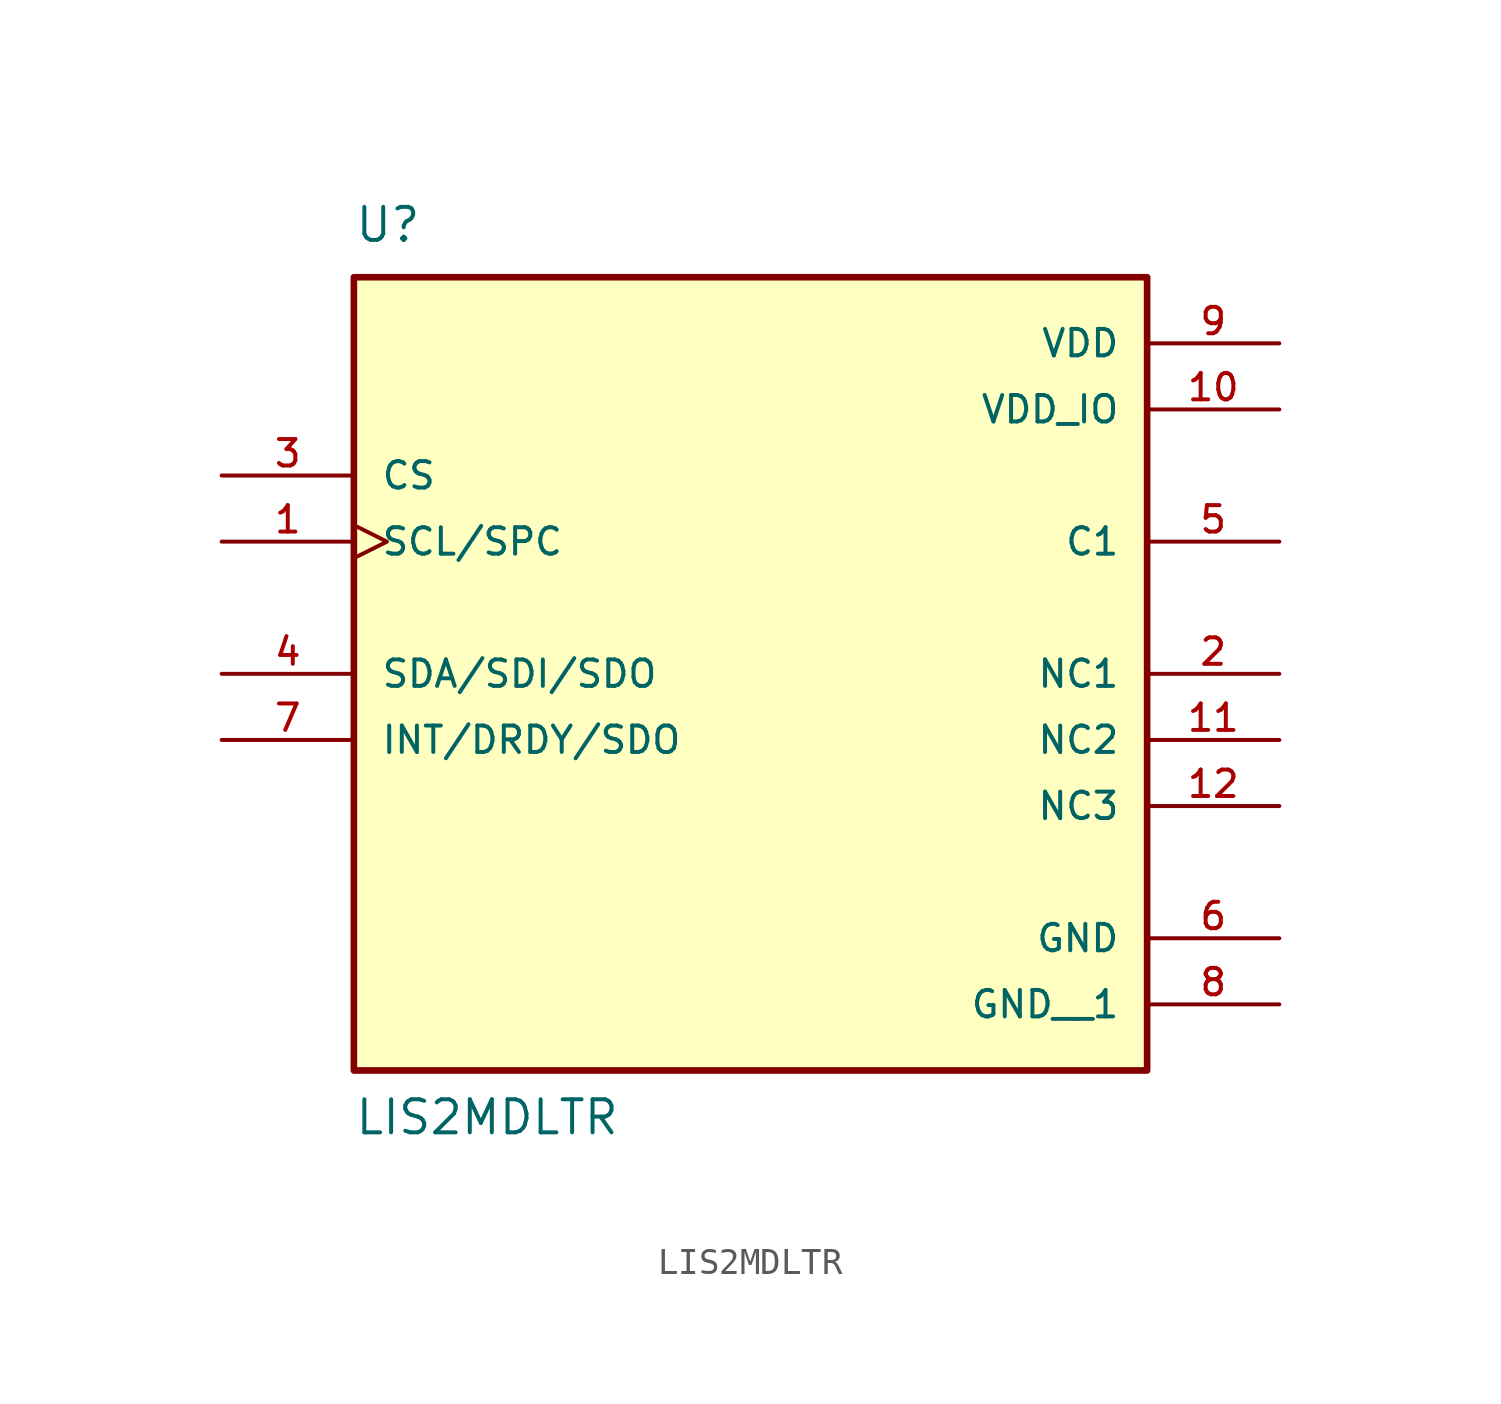
<source format=kicad_sym>
(kicad_symbol_lib
  (version 20211014)
  (generator kicad_symbol_editor)
  (symbol "LIS2MDLTR"
    (pin_names
      (offset 1.016))
    (property "Reference" "U"
      (at -15.24 13.97 0)
      (effects (font (size 1.27 1.27)) (justify bottom left)))
    (property "Value" "LIS2MDLTR"
      (at -15.24 -20.32 0)
      (effects (font (size 1.27 1.27)) (justify bottom left)))
    (symbol "LIS2MDLTR_0_0"
      (rectangle (start -15.24 -17.78) (end 15.24 12.7) (stroke (width 0.254)) (fill (type background)))
      (pin input clock (at -20.32 2.54 0) (length 5.08) (name "SCL/SPC" (effects (font (size 1.016 1.016)))) (number "1" (effects (font (size 1.016 1.016)))))
      (pin input line (at -20.32 5.08 0) (length 5.08) (name "CS" (effects (font (size 1.016 1.016)))) (number "3" (effects (font (size 1.016 1.016)))))
      (pin bidirectional line (at -20.32 -2.54 0) (length 5.08) (name "SDA/SDI/SDO" (effects (font (size 1.016 1.016)))) (number "4" (effects (font (size 1.016 1.016)))))
      (pin bidirectional line (at -20.32 -5.08 0) (length 5.08) (name "INT/DRDY/SDO" (effects (font (size 1.016 1.016)))) (number "7" (effects (font (size 1.016 1.016)))))
      (pin power_in line (at 20.32 10.16 180.0) (length 5.08) (name "VDD" (effects (font (size 1.016 1.016)))) (number "9" (effects (font (size 1.016 1.016)))))
      (pin power_in line (at 20.32 7.62 180.0) (length 5.08) (name "VDD_IO" (effects (font (size 1.016 1.016)))) (number "10" (effects (font (size 1.016 1.016)))))
      (pin power_in line (at 20.32 -12.7 180.0) (length 5.08) (name "GND" (effects (font (size 1.016 1.016)))) (number "6" (effects (font (size 1.016 1.016)))))
      (pin passive line (at 20.32 2.54 180.0) (length 5.08) (name "C1" (effects (font (size 1.016 1.016)))) (number "5" (effects (font (size 1.016 1.016)))))
      (pin passive line (at 20.32 -2.54 180.0) (length 5.08) (name "NC1" (effects (font (size 1.016 1.016)))) (number "2" (effects (font (size 1.016 1.016)))))
      (pin passive line (at 20.32 -5.08 180.0) (length 5.08) (name "NC2" (effects (font (size 1.016 1.016)))) (number "11" (effects (font (size 1.016 1.016)))))
      (pin passive line (at 20.32 -7.62 180.0) (length 5.08) (name "NC3" (effects (font (size 1.016 1.016)))) (number "12" (effects (font (size 1.016 1.016)))))
      (pin power_in line (at 20.32 -15.24 180.0) (length 5.08) (name "GND__1" (effects (font (size 1.016 1.016)))) (number "8" (effects (font (size 1.016 1.016))))))))
</source>
